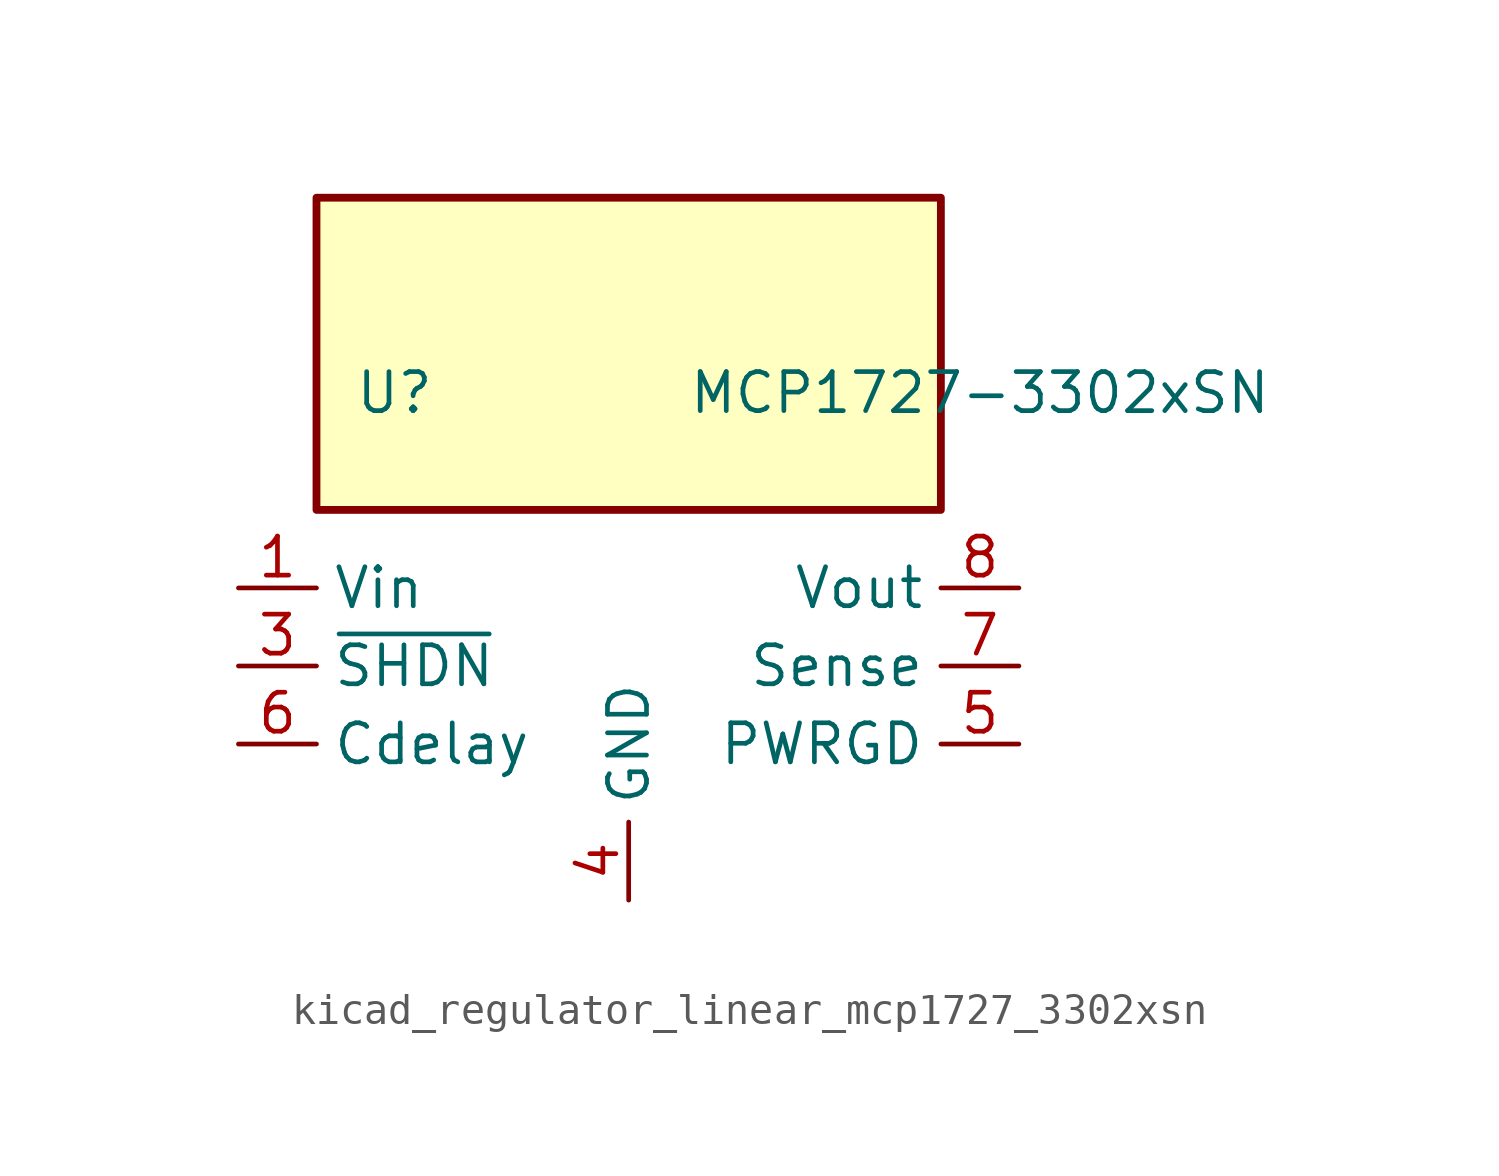
<source format=kicad_sym>
(kicad_symbol_lib
  (version 20220914)
  (generator kicad_symbol_editor)
  (symbol "kicad_regulator_linear_mcp1727_3302xsn"
    (property "Reference" "U"
      (at -7.62 8.89 0)
      (effects (font (size 1.27 1.27))))
    (property "Value" "MCP1727-3302xSN"
      (at 11.43 8.89 0)
      (effects (font (size 1.27 1.27))))
    (symbol "kicad_regulator_linear_mcp1727_3302xsn_0_0"
      (pin open_collector line (at 12.7 -2.54 180) (length 2.54) (name "PWRGD" (effects (font (size 1.27 1.27)))) (number "5" (effects (font (size 1.27 1.27)))))
      (pin input line (at -12.7 -2.54 0) (length 2.54) (name "Cdelay" (effects (font (size 1.27 1.27)))) (number "6" (effects (font (size 1.27 1.27)))))
      (pin input line (at 12.7 0 180) (length 2.54) (name "Sense" (effects (font (size 1.27 1.27)))) (number "7" (effects (font (size 1.27 1.27)))))
      (pin power_out line (at 12.7 2.54 180) (length 2.54) (name "Vout" (effects (font (size 1.27 1.27)))) (number "8" (effects (font (size 1.27 1.27))))))
    (symbol "kicad_regulator_linear_mcp1727_3302xsn_0_1"
      (rectangle (start 10.16 15.24) (end -10.16 5.08) (stroke (width 0.254) (type default)) (fill (type background))))
    (symbol "kicad_regulator_linear_mcp1727_3302xsn_1_1"
      (pin power_in line (at -12.7 2.54 0) (length 2.54) (name "Vin" (effects (font (size 1.27 1.27)))) (number "1" (effects (font (size 1.27 1.27)))))
      (pin passive line (at -12.7 2.54 0) (length 2.54) hide (name "Vin" (effects (font (size 1.27 1.27)))) (number "2" (effects (font (size 1.27 1.27)))))
      (pin input line (at -12.7 0 0) (length 2.54) (name "~{SHDN}" (effects (font (size 1.27 1.27)))) (number "3" (effects (font (size 1.27 1.27)))))
      (pin power_in line (at 0 -7.62 90) (length 2.54) (name "GND" (effects (font (size 1.27 1.27)))) (number "4" (effects (font (size 1.27 1.27))))))))
</source>
